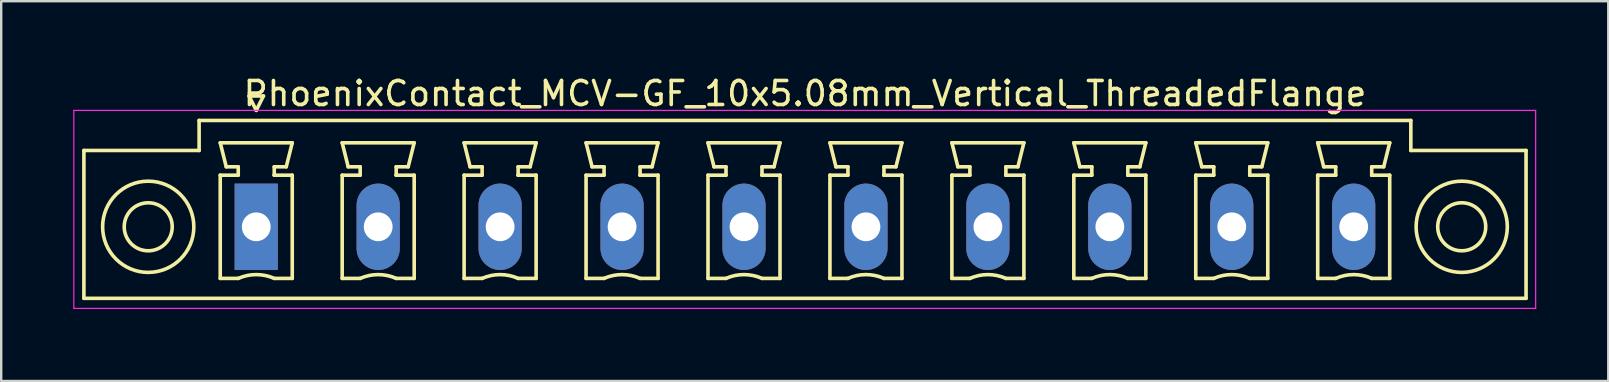
<source format=kicad_pcb>
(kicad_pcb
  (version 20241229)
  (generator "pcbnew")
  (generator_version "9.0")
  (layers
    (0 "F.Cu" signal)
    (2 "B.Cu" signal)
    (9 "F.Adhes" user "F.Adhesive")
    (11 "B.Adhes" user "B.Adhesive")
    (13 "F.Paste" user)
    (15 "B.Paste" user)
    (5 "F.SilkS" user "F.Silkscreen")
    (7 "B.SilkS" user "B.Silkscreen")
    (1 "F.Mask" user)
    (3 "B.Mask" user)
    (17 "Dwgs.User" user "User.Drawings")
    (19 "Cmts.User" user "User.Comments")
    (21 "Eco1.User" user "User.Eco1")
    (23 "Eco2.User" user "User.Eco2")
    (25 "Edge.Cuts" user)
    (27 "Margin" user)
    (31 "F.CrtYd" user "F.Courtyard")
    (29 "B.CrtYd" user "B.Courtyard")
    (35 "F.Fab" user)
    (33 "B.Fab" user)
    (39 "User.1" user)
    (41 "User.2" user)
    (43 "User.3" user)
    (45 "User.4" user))
  (footprint "PhoenixContact_MCV-GF_10x5.08mm_Vertical_ThreadedFlange"
    (layer "F.Cu")
    (at 7.625 6.398)
    (property "Reference" "PhoenixContact_MCV-GF_10x5.08mm_Vertical_ThreadedFlange" (at 22.86 -5.55 0) (layer "F.SilkS") (effects (font (size 1 1) (thickness 0.15))))
    (attr through_hole)
    (fp_line (start -7.18 -3.18) (end -7.18 2.98) (stroke (width 0.15) (type solid)) (layer "F.SilkS"))
    (fp_line (start -7.18 2.98) (end 52.9 2.98) (stroke (width 0.15) (type solid)) (layer "F.SilkS"))
    (fp_line (start -2.38 -4.43) (end -2.38 -3.18) (stroke (width 0.15) (type solid)) (layer "F.SilkS"))
    (fp_line (start -2.38 -3.18) (end -7.18 -3.18) (stroke (width 0.15) (type solid)) (layer "F.SilkS"))
    (fp_line (start -1.5 -3.5) (end 1.5 -3.5) (stroke (width 0.15) (type solid)) (layer "F.SilkS"))
    (fp_line (start -1.5 -2.15) (end -0.75 -2.15) (stroke (width 0.15) (type solid)) (layer "F.SilkS"))
    (fp_line (start -1.5 2.15) (end -1.5 -2.15) (stroke (width 0.15) (type solid)) (layer "F.SilkS"))
    (fp_line (start -1.25 -2.5) (end -1.5 -3.5) (stroke (width 0.15) (type solid)) (layer "F.SilkS"))
    (fp_line (start -0.75 -2.5) (end -1.25 -2.5) (stroke (width 0.15) (type solid)) (layer "F.SilkS"))
    (fp_line (start -0.75 -2.15) (end -0.75 -2.5) (stroke (width 0.15) (type solid)) (layer "F.SilkS"))
    (fp_line (start -0.75 2.15) (end -1.5 2.15) (stroke (width 0.15) (type solid)) (layer "F.SilkS"))
    (fp_line (start -0.3 -5.45) (end 0 -4.85) (stroke (width 0.15) (type solid)) (layer "F.SilkS"))
    (fp_line (start 0 -4.85) (end 0.3 -5.45) (stroke (width 0.15) (type solid)) (layer "F.SilkS"))
    (fp_line (start 0.3 -5.45) (end -0.3 -5.45) (stroke (width 0.15) (type solid)) (layer "F.SilkS"))
    (fp_line (start 0.75 -2.5) (end 0.75 -2.15) (stroke (width 0.15) (type solid)) (layer "F.SilkS"))
    (fp_line (start 0.75 -2.15) (end 0.75 -2.15) (stroke (width 0.15) (type solid)) (layer "F.SilkS"))
    (fp_line (start 0.75 -2.15) (end 1.5 -2.15) (stroke (width 0.15) (type solid)) (layer "F.SilkS"))
    (fp_line (start 1.25 -2.5) (end 0.75 -2.5) (stroke (width 0.15) (type solid)) (layer "F.SilkS"))
    (fp_line (start 1.5 -3.5) (end 1.25 -2.5) (stroke (width 0.15) (type solid)) (layer "F.SilkS"))
    (fp_line (start 1.5 -2.15) (end 1.5 2.15) (stroke (width 0.15) (type solid)) (layer "F.SilkS"))
    (fp_line (start 1.5 2.15) (end 0.75 2.15) (stroke (width 0.15) (type solid)) (layer "F.SilkS"))
    (fp_line (start 3.58 -3.5) (end 6.58 -3.5) (stroke (width 0.15) (type solid)) (layer "F.SilkS"))
    (fp_line (start 3.58 -2.15) (end 4.33 -2.15) (stroke (width 0.15) (type solid)) (layer "F.SilkS"))
    (fp_line (start 3.58 2.15) (end 3.58 -2.15) (stroke (width 0.15) (type solid)) (layer "F.SilkS"))
    (fp_line (start 3.83 -2.5) (end 3.58 -3.5) (stroke (width 0.15) (type solid)) (layer "F.SilkS"))
    (fp_line (start 4.33 -2.5) (end 3.83 -2.5) (stroke (width 0.15) (type solid)) (layer "F.SilkS"))
    (fp_line (start 4.33 -2.15) (end 4.33 -2.5) (stroke (width 0.15) (type solid)) (layer "F.SilkS"))
    (fp_line (start 4.33 2.15) (end 3.58 2.15) (stroke (width 0.15) (type solid)) (layer "F.SilkS"))
    (fp_line (start 5.83 -2.5) (end 5.83 -2.15) (stroke (width 0.15) (type solid)) (layer "F.SilkS"))
    (fp_line (start 5.83 -2.15) (end 5.83 -2.15) (stroke (width 0.15) (type solid)) (layer "F.SilkS"))
    (fp_line (start 5.83 -2.15) (end 6.58 -2.15) (stroke (width 0.15) (type solid)) (layer "F.SilkS"))
    (fp_line (start 6.33 -2.5) (end 5.83 -2.5) (stroke (width 0.15) (type solid)) (layer "F.SilkS"))
    (fp_line (start 6.58 -3.5) (end 6.33 -2.5) (stroke (width 0.15) (type solid)) (layer "F.SilkS"))
    (fp_line (start 6.58 -2.15) (end 6.58 2.15) (stroke (width 0.15) (type solid)) (layer "F.SilkS"))
    (fp_line (start 6.58 2.15) (end 5.83 2.15) (stroke (width 0.15) (type solid)) (layer "F.SilkS"))
    (fp_line (start 8.66 -3.5) (end 11.66 -3.5) (stroke (width 0.15) (type solid)) (layer "F.SilkS"))
    (fp_line (start 8.66 -2.15) (end 9.41 -2.15) (stroke (width 0.15) (type solid)) (layer "F.SilkS"))
    (fp_line (start 8.66 2.15) (end 8.66 -2.15) (stroke (width 0.15) (type solid)) (layer "F.SilkS"))
    (fp_line (start 8.91 -2.5) (end 8.66 -3.5) (stroke (width 0.15) (type solid)) (layer "F.SilkS"))
    (fp_line (start 9.41 -2.5) (end 8.91 -2.5) (stroke (width 0.15) (type solid)) (layer "F.SilkS"))
    (fp_line (start 9.41 -2.15) (end 9.41 -2.5) (stroke (width 0.15) (type solid)) (layer "F.SilkS"))
    (fp_line (start 9.41 2.15) (end 8.66 2.15) (stroke (width 0.15) (type solid)) (layer "F.SilkS"))
    (fp_line (start 10.91 -2.5) (end 10.91 -2.15) (stroke (width 0.15) (type solid)) (layer "F.SilkS"))
    (fp_line (start 10.91 -2.15) (end 10.91 -2.15) (stroke (width 0.15) (type solid)) (layer "F.SilkS"))
    (fp_line (start 10.91 -2.15) (end 11.66 -2.15) (stroke (width 0.15) (type solid)) (layer "F.SilkS"))
    (fp_line (start 11.41 -2.5) (end 10.91 -2.5) (stroke (width 0.15) (type solid)) (layer "F.SilkS"))
    (fp_line (start 11.66 -3.5) (end 11.41 -2.5) (stroke (width 0.15) (type solid)) (layer "F.SilkS"))
    (fp_line (start 11.66 -2.15) (end 11.66 2.15) (stroke (width 0.15) (type solid)) (layer "F.SilkS"))
    (fp_line (start 11.66 2.15) (end 10.91 2.15) (stroke (width 0.15) (type solid)) (layer "F.SilkS"))
    (fp_line (start 13.74 -3.5) (end 16.74 -3.5) (stroke (width 0.15) (type solid)) (layer "F.SilkS"))
    (fp_line (start 13.74 -2.15) (end 14.49 -2.15) (stroke (width 0.15) (type solid)) (layer "F.SilkS"))
    (fp_line (start 13.74 2.15) (end 13.74 -2.15) (stroke (width 0.15) (type solid)) (layer "F.SilkS"))
    (fp_line (start 13.99 -2.5) (end 13.74 -3.5) (stroke (width 0.15) (type solid)) (layer "F.SilkS"))
    (fp_line (start 14.49 -2.5) (end 13.99 -2.5) (stroke (width 0.15) (type solid)) (layer "F.SilkS"))
    (fp_line (start 14.49 -2.15) (end 14.49 -2.5) (stroke (width 0.15) (type solid)) (layer "F.SilkS"))
    (fp_line (start 14.49 2.15) (end 13.74 2.15) (stroke (width 0.15) (type solid)) (layer "F.SilkS"))
    (fp_line (start 15.99 -2.5) (end 15.99 -2.15) (stroke (width 0.15) (type solid)) (layer "F.SilkS"))
    (fp_line (start 15.99 -2.15) (end 15.99 -2.15) (stroke (width 0.15) (type solid)) (layer "F.SilkS"))
    (fp_line (start 15.99 -2.15) (end 16.74 -2.15) (stroke (width 0.15) (type solid)) (layer "F.SilkS"))
    (fp_line (start 16.49 -2.5) (end 15.99 -2.5) (stroke (width 0.15) (type solid)) (layer "F.SilkS"))
    (fp_line (start 16.74 -3.5) (end 16.49 -2.5) (stroke (width 0.15) (type solid)) (layer "F.SilkS"))
    (fp_line (start 16.74 -2.15) (end 16.74 2.15) (stroke (width 0.15) (type solid)) (layer "F.SilkS"))
    (fp_line (start 16.74 2.15) (end 15.99 2.15) (stroke (width 0.15) (type solid)) (layer "F.SilkS"))
    (fp_line (start 18.82 -3.5) (end 21.82 -3.5) (stroke (width 0.15) (type solid)) (layer "F.SilkS"))
    (fp_line (start 18.82 -2.15) (end 19.57 -2.15) (stroke (width 0.15) (type solid)) (layer "F.SilkS"))
    (fp_line (start 18.82 2.15) (end 18.82 -2.15) (stroke (width 0.15) (type solid)) (layer "F.SilkS"))
    (fp_line (start 19.07 -2.5) (end 18.82 -3.5) (stroke (width 0.15) (type solid)) (layer "F.SilkS"))
    (fp_line (start 19.57 -2.5) (end 19.07 -2.5) (stroke (width 0.15) (type solid)) (layer "F.SilkS"))
    (fp_line (start 19.57 -2.15) (end 19.57 -2.5) (stroke (width 0.15) (type solid)) (layer "F.SilkS"))
    (fp_line (start 19.57 2.15) (end 18.82 2.15) (stroke (width 0.15) (type solid)) (layer "F.SilkS"))
    (fp_line (start 21.07 -2.5) (end 21.07 -2.15) (stroke (width 0.15) (type solid)) (layer "F.SilkS"))
    (fp_line (start 21.07 -2.15) (end 21.07 -2.15) (stroke (width 0.15) (type solid)) (layer "F.SilkS"))
    (fp_line (start 21.07 -2.15) (end 21.82 -2.15) (stroke (width 0.15) (type solid)) (layer "F.SilkS"))
    (fp_line (start 21.57 -2.5) (end 21.07 -2.5) (stroke (width 0.15) (type solid)) (layer "F.SilkS"))
    (fp_line (start 21.82 -3.5) (end 21.57 -2.5) (stroke (width 0.15) (type solid)) (layer "F.SilkS"))
    (fp_line (start 21.82 -2.15) (end 21.82 2.15) (stroke (width 0.15) (type solid)) (layer "F.SilkS"))
    (fp_line (start 21.82 2.15) (end 21.07 2.15) (stroke (width 0.15) (type solid)) (layer "F.SilkS"))
    (fp_line (start 23.9 -3.5) (end 26.9 -3.5) (stroke (width 0.15) (type solid)) (layer "F.SilkS"))
    (fp_line (start 23.9 -2.15) (end 24.65 -2.15) (stroke (width 0.15) (type solid)) (layer "F.SilkS"))
    (fp_line (start 23.9 2.15) (end 23.9 -2.15) (stroke (width 0.15) (type solid)) (layer "F.SilkS"))
    (fp_line (start 24.15 -2.5) (end 23.9 -3.5) (stroke (width 0.15) (type solid)) (layer "F.SilkS"))
    (fp_line (start 24.65 -2.5) (end 24.15 -2.5) (stroke (width 0.15) (type solid)) (layer "F.SilkS"))
    (fp_line (start 24.65 -2.15) (end 24.65 -2.5) (stroke (width 0.15) (type solid)) (layer "F.SilkS"))
    (fp_line (start 24.65 2.15) (end 23.9 2.15) (stroke (width 0.15) (type solid)) (layer "F.SilkS"))
    (fp_line (start 26.15 -2.5) (end 26.15 -2.15) (stroke (width 0.15) (type solid)) (layer "F.SilkS"))
    (fp_line (start 26.15 -2.15) (end 26.15 -2.15) (stroke (width 0.15) (type solid)) (layer "F.SilkS"))
    (fp_line (start 26.15 -2.15) (end 26.9 -2.15) (stroke (width 0.15) (type solid)) (layer "F.SilkS"))
    (fp_line (start 26.65 -2.5) (end 26.15 -2.5) (stroke (width 0.15) (type solid)) (layer "F.SilkS"))
    (fp_line (start 26.9 -3.5) (end 26.65 -2.5) (stroke (width 0.15) (type solid)) (layer "F.SilkS"))
    (fp_line (start 26.9 -2.15) (end 26.9 2.15) (stroke (width 0.15) (type solid)) (layer "F.SilkS"))
    (fp_line (start 26.9 2.15) (end 26.15 2.15) (stroke (width 0.15) (type solid)) (layer "F.SilkS"))
    (fp_line (start 28.98 -3.5) (end 31.98 -3.5) (stroke (width 0.15) (type solid)) (layer "F.SilkS"))
    (fp_line (start 28.98 -2.15) (end 29.73 -2.15) (stroke (width 0.15) (type solid)) (layer "F.SilkS"))
    (fp_line (start 28.98 2.15) (end 28.98 -2.15) (stroke (width 0.15) (type solid)) (layer "F.SilkS"))
    (fp_line (start 29.23 -2.5) (end 28.98 -3.5) (stroke (width 0.15) (type solid)) (layer "F.SilkS"))
    (fp_line (start 29.73 -2.5) (end 29.23 -2.5) (stroke (width 0.15) (type solid)) (layer "F.SilkS"))
    (fp_line (start 29.73 -2.15) (end 29.73 -2.5) (stroke (width 0.15) (type solid)) (layer "F.SilkS"))
    (fp_line (start 29.73 2.15) (end 28.98 2.15) (stroke (width 0.15) (type solid)) (layer "F.SilkS"))
    (fp_line (start 31.23 -2.5) (end 31.23 -2.15) (stroke (width 0.15) (type solid)) (layer "F.SilkS"))
    (fp_line (start 31.23 -2.15) (end 31.23 -2.15) (stroke (width 0.15) (type solid)) (layer "F.SilkS"))
    (fp_line (start 31.23 -2.15) (end 31.98 -2.15) (stroke (width 0.15) (type solid)) (layer "F.SilkS"))
    (fp_line (start 31.73 -2.5) (end 31.23 -2.5) (stroke (width 0.15) (type solid)) (layer "F.SilkS"))
    (fp_line (start 31.98 -3.5) (end 31.73 -2.5) (stroke (width 0.15) (type solid)) (layer "F.SilkS"))
    (fp_line (start 31.98 -2.15) (end 31.98 2.15) (stroke (width 0.15) (type solid)) (layer "F.SilkS"))
    (fp_line (start 31.98 2.15) (end 31.23 2.15) (stroke (width 0.15) (type solid)) (layer "F.SilkS"))
    (fp_line (start 34.06 -3.5) (end 37.06 -3.5) (stroke (width 0.15) (type solid)) (layer "F.SilkS"))
    (fp_line (start 34.06 -2.15) (end 34.81 -2.15) (stroke (width 0.15) (type solid)) (layer "F.SilkS"))
    (fp_line (start 34.06 2.15) (end 34.06 -2.15) (stroke (width 0.15) (type solid)) (layer "F.SilkS"))
    (fp_line (start 34.31 -2.5) (end 34.06 -3.5) (stroke (width 0.15) (type solid)) (layer "F.SilkS"))
    (fp_line (start 34.81 -2.5) (end 34.31 -2.5) (stroke (width 0.15) (type solid)) (layer "F.SilkS"))
    (fp_line (start 34.81 -2.15) (end 34.81 -2.5) (stroke (width 0.15) (type solid)) (layer "F.SilkS"))
    (fp_line (start 34.81 2.15) (end 34.06 2.15) (stroke (width 0.15) (type solid)) (layer "F.SilkS"))
    (fp_line (start 36.31 -2.5) (end 36.31 -2.15) (stroke (width 0.15) (type solid)) (layer "F.SilkS"))
    (fp_line (start 36.31 -2.15) (end 36.31 -2.15) (stroke (width 0.15) (type solid)) (layer "F.SilkS"))
    (fp_line (start 36.31 -2.15) (end 37.06 -2.15) (stroke (width 0.15) (type solid)) (layer "F.SilkS"))
    (fp_line (start 36.81 -2.5) (end 36.31 -2.5) (stroke (width 0.15) (type solid)) (layer "F.SilkS"))
    (fp_line (start 37.06 -3.5) (end 36.81 -2.5) (stroke (width 0.15) (type solid)) (layer "F.SilkS"))
    (fp_line (start 37.06 -2.15) (end 37.06 2.15) (stroke (width 0.15) (type solid)) (layer "F.SilkS"))
    (fp_line (start 37.06 2.15) (end 36.31 2.15) (stroke (width 0.15) (type solid)) (layer "F.SilkS"))
    (fp_line (start 39.14 -3.5) (end 42.14 -3.5) (stroke (width 0.15) (type solid)) (layer "F.SilkS"))
    (fp_line (start 39.14 -2.15) (end 39.89 -2.15) (stroke (width 0.15) (type solid)) (layer "F.SilkS"))
    (fp_line (start 39.14 2.15) (end 39.14 -2.15) (stroke (width 0.15) (type solid)) (layer "F.SilkS"))
    (fp_line (start 39.39 -2.5) (end 39.14 -3.5) (stroke (width 0.15) (type solid)) (layer "F.SilkS"))
    (fp_line (start 39.89 -2.5) (end 39.39 -2.5) (stroke (width 0.15) (type solid)) (layer "F.SilkS"))
    (fp_line (start 39.89 -2.15) (end 39.89 -2.5) (stroke (width 0.15) (type solid)) (layer "F.SilkS"))
    (fp_line (start 39.89 2.15) (end 39.14 2.15) (stroke (width 0.15) (type solid)) (layer "F.SilkS"))
    (fp_line (start 41.39 -2.5) (end 41.39 -2.15) (stroke (width 0.15) (type solid)) (layer "F.SilkS"))
    (fp_line (start 41.39 -2.15) (end 41.39 -2.15) (stroke (width 0.15) (type solid)) (layer "F.SilkS"))
    (fp_line (start 41.39 -2.15) (end 42.14 -2.15) (stroke (width 0.15) (type solid)) (layer "F.SilkS"))
    (fp_line (start 41.89 -2.5) (end 41.39 -2.5) (stroke (width 0.15) (type solid)) (layer "F.SilkS"))
    (fp_line (start 42.14 -3.5) (end 41.89 -2.5) (stroke (width 0.15) (type solid)) (layer "F.SilkS"))
    (fp_line (start 42.14 -2.15) (end 42.14 2.15) (stroke (width 0.15) (type solid)) (layer "F.SilkS"))
    (fp_line (start 42.14 2.15) (end 41.39 2.15) (stroke (width 0.15) (type solid)) (layer "F.SilkS"))
    (fp_line (start 44.22 -3.5) (end 47.22 -3.5) (stroke (width 0.15) (type solid)) (layer "F.SilkS"))
    (fp_line (start 44.22 -2.15) (end 44.97 -2.15) (stroke (width 0.15) (type solid)) (layer "F.SilkS"))
    (fp_line (start 44.22 2.15) (end 44.22 -2.15) (stroke (width 0.15) (type solid)) (layer "F.SilkS"))
    (fp_line (start 44.47 -2.5) (end 44.22 -3.5) (stroke (width 0.15) (type solid)) (layer "F.SilkS"))
    (fp_line (start 44.97 -2.5) (end 44.47 -2.5) (stroke (width 0.15) (type solid)) (layer "F.SilkS"))
    (fp_line (start 44.97 -2.15) (end 44.97 -2.5) (stroke (width 0.15) (type solid)) (layer "F.SilkS"))
    (fp_line (start 44.97 2.15) (end 44.22 2.15) (stroke (width 0.15) (type solid)) (layer "F.SilkS"))
    (fp_line (start 46.47 -2.5) (end 46.47 -2.15) (stroke (width 0.15) (type solid)) (layer "F.SilkS"))
    (fp_line (start 46.47 -2.15) (end 46.47 -2.15) (stroke (width 0.15) (type solid)) (layer "F.SilkS"))
    (fp_line (start 46.47 -2.15) (end 47.22 -2.15) (stroke (width 0.15) (type solid)) (layer "F.SilkS"))
    (fp_line (start 46.97 -2.5) (end 46.47 -2.5) (stroke (width 0.15) (type solid)) (layer "F.SilkS"))
    (fp_line (start 47.22 -3.5) (end 46.97 -2.5) (stroke (width 0.15) (type solid)) (layer "F.SilkS"))
    (fp_line (start 47.22 -2.15) (end 47.22 2.15) (stroke (width 0.15) (type solid)) (layer "F.SilkS"))
    (fp_line (start 47.22 2.15) (end 46.47 2.15) (stroke (width 0.15) (type solid)) (layer "F.SilkS"))
    (fp_line (start 48.1 -4.43) (end -2.38 -4.43) (stroke (width 0.15) (type solid)) (layer "F.SilkS"))
    (fp_line (start 48.1 -3.18) (end 48.1 -4.43) (stroke (width 0.15) (type solid)) (layer "F.SilkS"))
    (fp_line (start 52.9 -3.18) (end 48.1 -3.18) (stroke (width 0.15) (type solid)) (layer "F.SilkS"))
    (fp_line (start 52.9 2.98) (end 52.9 -3.18) (stroke (width 0.15) (type solid)) (layer "F.SilkS"))
    (fp_arc (start -0.75 2.15) (mid -0.000193 1.99191) (end 0.749647 2.149844) (stroke (width 0.15) (type solid)) (layer "F.SilkS"))
    (fp_arc (start 4.33 2.15) (mid 5.079807 1.99191) (end 5.829647 2.149844) (stroke (width 0.15) (type solid)) (layer "F.SilkS"))
    (fp_arc (start 9.41 2.15) (mid 10.159807 1.99191) (end 10.909647 2.149844) (stroke (width 0.15) (type solid)) (layer "F.SilkS"))
    (fp_arc (start 14.49 2.15) (mid 15.239807 1.99191) (end 15.989647 2.149844) (stroke (width 0.15) (type solid)) (layer "F.SilkS"))
    (fp_arc (start 19.57 2.15) (mid 20.319807 1.99191) (end 21.069647 2.149844) (stroke (width 0.15) (type solid)) (layer "F.SilkS"))
    (fp_arc (start 24.65 2.15) (mid 25.399807 1.99191) (end 26.149647 2.149844) (stroke (width 0.15) (type solid)) (layer "F.SilkS"))
    (fp_arc (start 29.73 2.15) (mid 30.479807 1.99191) (end 31.229647 2.149844) (stroke (width 0.15) (type solid)) (layer "F.SilkS"))
    (fp_arc (start 34.81 2.15) (mid 35.559807 1.99191) (end 36.309647 2.149844) (stroke (width 0.15) (type solid)) (layer "F.SilkS"))
    (fp_arc (start 39.89 2.15) (mid 40.639807 1.99191) (end 41.389647 2.149844) (stroke (width 0.15) (type solid)) (layer "F.SilkS"))
    (fp_arc (start 44.97 2.15) (mid 45.719807 1.99191) (end 46.469647 2.149844) (stroke (width 0.15) (type solid)) (layer "F.SilkS"))
    (fp_circle (center -4.5 0) (end -3.5 0) (stroke (width 0.15) (type solid)) (fill no) (layer "F.SilkS"))
    (fp_circle (center -4.5 0) (end -2.6 0) (stroke (width 0.15) (type solid)) (fill no) (layer "F.SilkS"))
    (fp_circle (center 50.22 0) (end 51.22 0) (stroke (width 0.15) (type solid)) (fill no) (layer "F.SilkS"))
    (fp_circle (center 50.22 0) (end 52.12 0) (stroke (width 0.15) (type solid)) (fill no) (layer "F.SilkS"))
    (fp_line (start -7.6 -4.85) (end -7.6 3.4) (stroke (width 0.05) (type solid)) (layer "F.CrtYd"))
    (fp_line (start -7.6 3.4) (end 53.3 3.4) (stroke (width 0.05) (type solid)) (layer "F.CrtYd"))
    (fp_line (start 53.3 -4.85) (end -7.6 -4.85) (stroke (width 0.05) (type solid)) (layer "F.CrtYd"))
    (fp_line (start 53.3 3.4) (end 53.3 -4.85) (stroke (width 0.05) (type solid)) (layer "F.CrtYd"))
    (pad "1" thru_hole rect (at 0 0) (size 1.8 3.6) (drill 1.2) (layers "*.Cu" "*.Mask"))
    (pad "2" thru_hole oval (at 5.08 0) (size 1.8 3.6) (drill 1.2) (layers "*.Cu" "*.Mask"))
    (pad "3" thru_hole oval (at 10.16 0) (size 1.8 3.6) (drill 1.2) (layers "*.Cu" "*.Mask"))
    (pad "4" thru_hole oval (at 15.24 0) (size 1.8 3.6) (drill 1.2) (layers "*.Cu" "*.Mask"))
    (pad "5" thru_hole oval (at 20.32 0) (size 1.8 3.6) (drill 1.2) (layers "*.Cu" "*.Mask"))
    (pad "6" thru_hole oval (at 25.4 0) (size 1.8 3.6) (drill 1.2) (layers "*.Cu" "*.Mask"))
    (pad "7" thru_hole oval (at 30.48 0) (size 1.8 3.6) (drill 1.2) (layers "*.Cu" "*.Mask"))
    (pad "8" thru_hole oval (at 35.56 0) (size 1.8 3.6) (drill 1.2) (layers "*.Cu" "*.Mask"))
    (pad "9" thru_hole oval (at 40.64 0) (size 1.8 3.6) (drill 1.2) (layers "*.Cu" "*.Mask"))
    (pad "10" thru_hole oval (at 45.72 0) (size 1.8 3.6) (drill 1.2) (layers "*.Cu" "*.Mask")))
  (gr_rect
    (start -3 -3)
    (end 63.95 12.823)
    (stroke (width 0.1) (type default))
    (fill no)
    (layer "Edge.Cuts")))
</source>
